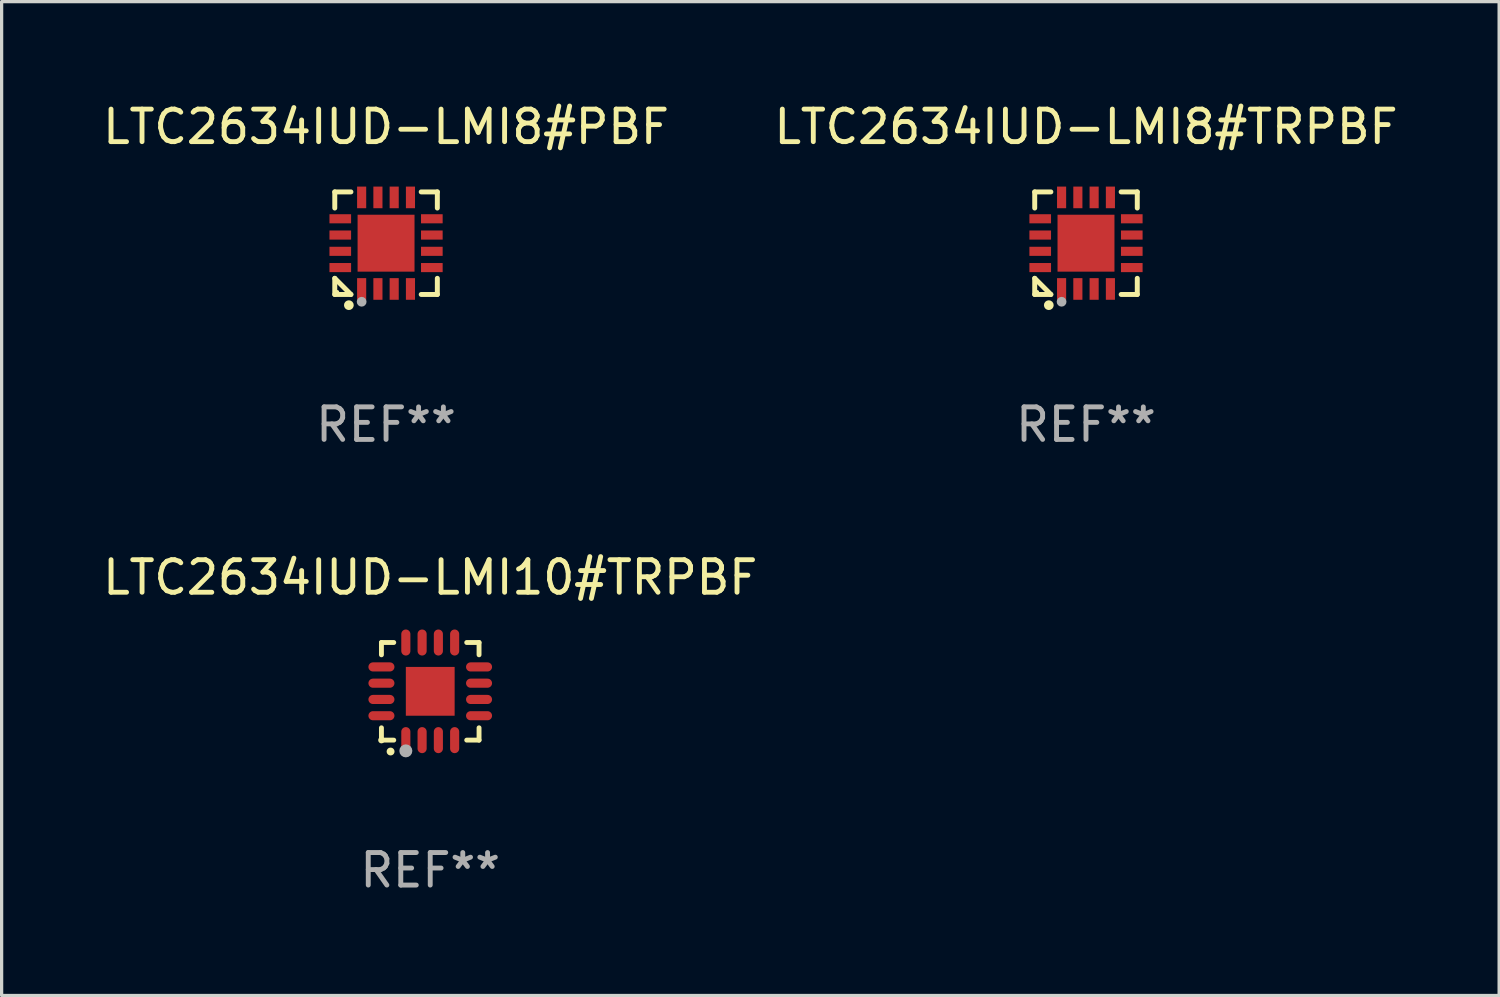
<source format=kicad_pcb>
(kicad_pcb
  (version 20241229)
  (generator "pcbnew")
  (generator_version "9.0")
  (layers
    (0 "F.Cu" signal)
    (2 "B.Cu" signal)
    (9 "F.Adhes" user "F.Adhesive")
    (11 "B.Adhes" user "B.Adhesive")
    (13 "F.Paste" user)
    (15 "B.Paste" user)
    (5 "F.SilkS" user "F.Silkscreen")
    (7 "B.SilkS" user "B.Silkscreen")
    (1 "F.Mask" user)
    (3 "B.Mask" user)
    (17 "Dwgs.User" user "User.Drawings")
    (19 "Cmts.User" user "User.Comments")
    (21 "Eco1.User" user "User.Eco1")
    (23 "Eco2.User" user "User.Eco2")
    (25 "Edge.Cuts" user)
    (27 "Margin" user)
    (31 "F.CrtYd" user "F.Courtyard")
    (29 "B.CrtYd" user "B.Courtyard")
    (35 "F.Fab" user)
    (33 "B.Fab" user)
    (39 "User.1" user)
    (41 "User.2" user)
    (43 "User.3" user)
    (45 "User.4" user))
  (footprint "LTC2634IUD-LMI8#TRPBF"
    (layer "F.Cu")
    (at 30.327 4.424)
    (property "Reference" "LTC2634IUD-LMI8#TRPBF" (at 0 -3.576 0) (layer "F.SilkS") (effects (font (size 1 1) (thickness 0.15))))
    (attr through_hole)
    (fp_line (start -1.576 -1.576) (end -1.08 -1.576) (stroke (width 0.152) (type solid)) (layer "F.SilkS"))
    (fp_line (start -1.576 -1.08) (end -1.576 -1.576) (stroke (width 0.152) (type solid)) (layer "F.SilkS"))
    (fp_line (start -1.576 1.08) (end -1.576 1.576) (stroke (width 0.152) (type solid)) (layer "F.SilkS"))
    (fp_line (start -1.576 1.576) (end -1.08 1.576) (stroke (width 0.152) (type solid)) (layer "F.SilkS"))
    (fp_line (start -1.08 1.576) (end -1.576 1.08) (stroke (width 0.152) (type solid)) (layer "F.SilkS"))
    (fp_line (start 1.576 -1.576) (end 1.08 -1.576) (stroke (width 0.152) (type solid)) (layer "F.SilkS"))
    (fp_line (start 1.576 -1.08) (end 1.576 -1.576) (stroke (width 0.152) (type solid)) (layer "F.SilkS"))
    (fp_line (start 1.576 1.08) (end 1.576 1.576) (stroke (width 0.152) (type solid)) (layer "F.SilkS"))
    (fp_line (start 1.576 1.576) (end 1.08 1.576) (stroke (width 0.152) (type solid)) (layer "F.SilkS"))
    (fp_circle (center -1.5 1.5) (end -1.47 1.5) (stroke (width 0.06) (type solid)) (fill no) (layer "F.SilkS"))
    (fp_circle (center -1.143 1.905) (end -1.068 1.905) (stroke (width 0.15) (type solid)) (fill no) (layer "F.SilkS"))
    (fp_circle (center -0.75 1.8) (end -0.675 1.8) (stroke (width 0.15) (type solid)) (fill no) (layer "F.Fab"))
    (fp_text user "REF**" (at 0 5.576 0) (layer "F.Fab") (effects (font (size 1 1) (thickness 0.15))))
    (pad "1" smd rect (at -0.75 1.407) (size 0.28 0.665) (layers "F.Cu" "F.Mask" "F.Paste"))
    (pad "2" smd rect (at -0.25 1.407) (size 0.28 0.665) (layers "F.Cu" "F.Mask" "F.Paste"))
    (pad "3" smd rect (at 0.25 1.407) (size 0.28 0.665) (layers "F.Cu" "F.Mask" "F.Paste"))
    (pad "4" smd rect (at 0.75 1.407) (size 0.28 0.665) (layers "F.Cu" "F.Mask" "F.Paste"))
    (pad "5" smd rect (at 1.407 0.75) (size 0.665 0.28) (layers "F.Cu" "F.Mask" "F.Paste"))
    (pad "6" smd rect (at 1.407 0.25) (size 0.665 0.28) (layers "F.Cu" "F.Mask" "F.Paste"))
    (pad "7" smd rect (at 1.407 -0.25) (size 0.665 0.28) (layers "F.Cu" "F.Mask" "F.Paste"))
    (pad "8" smd rect (at 1.407 -0.75) (size 0.665 0.28) (layers "F.Cu" "F.Mask" "F.Paste"))
    (pad "9" smd rect (at 0.75 -1.407) (size 0.28 0.665) (layers "F.Cu" "F.Mask" "F.Paste"))
    (pad "10" smd rect (at 0.25 -1.407) (size 0.28 0.665) (layers "F.Cu" "F.Mask" "F.Paste"))
    (pad "11" smd rect (at -0.25 -1.407) (size 0.28 0.665) (layers "F.Cu" "F.Mask" "F.Paste"))
    (pad "12" smd rect (at -0.75 -1.407) (size 0.28 0.665) (layers "F.Cu" "F.Mask" "F.Paste"))
    (pad "13" smd rect (at -1.407 -0.75) (size 0.665 0.28) (layers "F.Cu" "F.Mask" "F.Paste"))
    (pad "14" smd rect (at -1.407 -0.25) (size 0.665 0.28) (layers "F.Cu" "F.Mask" "F.Paste"))
    (pad "15" smd rect (at -1.407 0.25) (size 0.665 0.28) (layers "F.Cu" "F.Mask" "F.Paste"))
    (pad "16" smd rect (at -1.407 0.75) (size 0.665 0.28) (layers "F.Cu" "F.Mask" "F.Paste"))
    (pad "17" smd rect (at 0 0) (size 1.75 1.75) (layers "F.Cu" "F.Mask" "F.Paste")))
  (footprint "LTC2634IUD-LMI8#PBF"
    (layer "F.Cu")
    (at 8.815 4.424)
    (property "Reference" "LTC2634IUD-LMI8#PBF" (at 0 -3.576 0) (layer "F.SilkS") (effects (font (size 1 1) (thickness 0.15))))
    (attr through_hole)
    (fp_line (start -1.576 -1.576) (end -1.08 -1.576) (stroke (width 0.152) (type solid)) (layer "F.SilkS"))
    (fp_line (start -1.576 -1.08) (end -1.576 -1.576) (stroke (width 0.152) (type solid)) (layer "F.SilkS"))
    (fp_line (start -1.576 1.08) (end -1.576 1.576) (stroke (width 0.152) (type solid)) (layer "F.SilkS"))
    (fp_line (start -1.576 1.576) (end -1.08 1.576) (stroke (width 0.152) (type solid)) (layer "F.SilkS"))
    (fp_line (start -1.08 1.576) (end -1.576 1.08) (stroke (width 0.152) (type solid)) (layer "F.SilkS"))
    (fp_line (start 1.576 -1.576) (end 1.08 -1.576) (stroke (width 0.152) (type solid)) (layer "F.SilkS"))
    (fp_line (start 1.576 -1.08) (end 1.576 -1.576) (stroke (width 0.152) (type solid)) (layer "F.SilkS"))
    (fp_line (start 1.576 1.08) (end 1.576 1.576) (stroke (width 0.152) (type solid)) (layer "F.SilkS"))
    (fp_line (start 1.576 1.576) (end 1.08 1.576) (stroke (width 0.152) (type solid)) (layer "F.SilkS"))
    (fp_circle (center -1.5 1.5) (end -1.47 1.5) (stroke (width 0.06) (type solid)) (fill no) (layer "F.SilkS"))
    (fp_circle (center -1.143 1.905) (end -1.068 1.905) (stroke (width 0.15) (type solid)) (fill no) (layer "F.SilkS"))
    (fp_circle (center -0.75 1.8) (end -0.675 1.8) (stroke (width 0.15) (type solid)) (fill no) (layer "F.Fab"))
    (fp_text user "REF**" (at 0 5.576 0) (layer "F.Fab") (effects (font (size 1 1) (thickness 0.15))))
    (pad "1" smd rect (at -0.75 1.407) (size 0.28 0.665) (layers "F.Cu" "F.Mask" "F.Paste"))
    (pad "2" smd rect (at -0.25 1.407) (size 0.28 0.665) (layers "F.Cu" "F.Mask" "F.Paste"))
    (pad "3" smd rect (at 0.25 1.407) (size 0.28 0.665) (layers "F.Cu" "F.Mask" "F.Paste"))
    (pad "4" smd rect (at 0.75 1.407) (size 0.28 0.665) (layers "F.Cu" "F.Mask" "F.Paste"))
    (pad "5" smd rect (at 1.407 0.75) (size 0.665 0.28) (layers "F.Cu" "F.Mask" "F.Paste"))
    (pad "6" smd rect (at 1.407 0.25) (size 0.665 0.28) (layers "F.Cu" "F.Mask" "F.Paste"))
    (pad "7" smd rect (at 1.407 -0.25) (size 0.665 0.28) (layers "F.Cu" "F.Mask" "F.Paste"))
    (pad "8" smd rect (at 1.407 -0.75) (size 0.665 0.28) (layers "F.Cu" "F.Mask" "F.Paste"))
    (pad "9" smd rect (at 0.75 -1.407) (size 0.28 0.665) (layers "F.Cu" "F.Mask" "F.Paste"))
    (pad "10" smd rect (at 0.25 -1.407) (size 0.28 0.665) (layers "F.Cu" "F.Mask" "F.Paste"))
    (pad "11" smd rect (at -0.25 -1.407) (size 0.28 0.665) (layers "F.Cu" "F.Mask" "F.Paste"))
    (pad "12" smd rect (at -0.75 -1.407) (size 0.28 0.665) (layers "F.Cu" "F.Mask" "F.Paste"))
    (pad "13" smd rect (at -1.407 -0.75) (size 0.665 0.28) (layers "F.Cu" "F.Mask" "F.Paste"))
    (pad "14" smd rect (at -1.407 -0.25) (size 0.665 0.28) (layers "F.Cu" "F.Mask" "F.Paste"))
    (pad "15" smd rect (at -1.407 0.25) (size 0.665 0.28) (layers "F.Cu" "F.Mask" "F.Paste"))
    (pad "16" smd rect (at -1.407 0.75) (size 0.665 0.28) (layers "F.Cu" "F.Mask" "F.Paste"))
    (pad "17" smd rect (at 0 0) (size 1.75 1.75) (layers "F.Cu" "F.Mask" "F.Paste")))
  (footprint "LTC2634IUD-LMI10#TRPBF"
    (layer "F.Cu")
    (at 10.173 18.197)
    (property "Reference" "LTC2634IUD-LMI10#TRPBF" (at 0 -3.5 0) (layer "F.SilkS") (effects (font (size 1 1) (thickness 0.15))))
    (attr through_hole)
    (fp_line (start -1.5 -1.5) (end -1.121 -1.5) (stroke (width 0.15) (type solid)) (layer "F.SilkS"))
    (fp_line (start -1.5 -1.122) (end -1.5 -1.5) (stroke (width 0.15) (type solid)) (layer "F.SilkS"))
    (fp_line (start -1.5 1.5) (end -1.5 1.121) (stroke (width 0.15) (type solid)) (layer "F.SilkS"))
    (fp_line (start -1.121 1.5) (end -1.5 1.5) (stroke (width 0.15) (type solid)) (layer "F.SilkS"))
    (fp_line (start 1.121 -1.5) (end 1.5 -1.5) (stroke (width 0.15) (type solid)) (layer "F.SilkS"))
    (fp_line (start 1.5 -1.5) (end 1.5 -1.122) (stroke (width 0.15) (type solid)) (layer "F.SilkS"))
    (fp_line (start 1.5 1.121) (end 1.5 1.5) (stroke (width 0.15) (type solid)) (layer "F.SilkS"))
    (fp_line (start 1.5 1.5) (end 1.121 1.5) (stroke (width 0.15) (type solid)) (layer "F.SilkS"))
    (fp_arc (start -1.219926 1.850254) (mid -1.21891 1.85025) (end -1.217894 1.850254) (stroke (width 0.240005) (type solid)) (layer "F.SilkS"))
    (fp_circle (center -1.5 1.5) (end -1.45 1.5) (stroke (width 0.1) (type solid)) (fill no) (layer "F.SilkS"))
    (fp_circle (center -0.75 1.83) (end -0.65 1.83) (stroke (width 0.2) (type solid)) (fill no) (layer "F.Fab"))
    (fp_text user "REF**" (at 0 5.5 0) (layer "F.Fab") (effects (font (size 1 1) (thickness 0.15))))
    (pad "1" smd oval (at -0.75 1.5) (size 0.28 0.8) (layers "F.Cu" "F.Mask" "F.Paste"))
    (pad "2" smd oval (at -0.25 1.5) (size 0.28 0.8) (layers "F.Cu" "F.Mask" "F.Paste"))
    (pad "3" smd oval (at 0.25 1.5) (size 0.28 0.8) (layers "F.Cu" "F.Mask" "F.Paste"))
    (pad "4" smd oval (at 0.75 1.5) (size 0.28 0.8) (layers "F.Cu" "F.Mask" "F.Paste"))
    (pad "5" smd oval (at 1.5 0.75) (size 0.8 0.28) (layers "F.Cu" "F.Mask" "F.Paste"))
    (pad "6" smd oval (at 1.5 0.25) (size 0.8 0.28) (layers "F.Cu" "F.Mask" "F.Paste"))
    (pad "7" smd oval (at 1.5 -0.25) (size 0.8 0.28) (layers "F.Cu" "F.Mask" "F.Paste"))
    (pad "8" smd oval (at 1.5 -0.75) (size 0.8 0.28) (layers "F.Cu" "F.Mask" "F.Paste"))
    (pad "9" smd oval (at 0.75 -1.5) (size 0.28 0.8) (layers "F.Cu" "F.Mask" "F.Paste"))
    (pad "10" smd oval (at 0.25 -1.5) (size 0.28 0.8) (layers "F.Cu" "F.Mask" "F.Paste"))
    (pad "11" smd oval (at -0.25 -1.5) (size 0.28 0.8) (layers "F.Cu" "F.Mask" "F.Paste"))
    (pad "12" smd oval (at -0.75 -1.5) (size 0.28 0.8) (layers "F.Cu" "F.Mask" "F.Paste"))
    (pad "13" smd oval (at -1.5 -0.75) (size 0.8 0.28) (layers "F.Cu" "F.Mask" "F.Paste"))
    (pad "14" smd oval (at -1.5 -0.25) (size 0.8 0.28) (layers "F.Cu" "F.Mask" "F.Paste"))
    (pad "15" smd oval (at -1.5 0.25) (size 0.8 0.28) (layers "F.Cu" "F.Mask" "F.Paste"))
    (pad "16" smd oval (at -1.5 0.75) (size 0.8 0.28) (layers "F.Cu" "F.Mask" "F.Paste"))
    (pad "17" smd rect (at -0.000064 0.000165) (size 1.5 1.5) (layers "F.Cu" "F.Mask" "F.Paste")))
  (gr_rect
    (start -3 -3)
    (end 43.024 27.546)
    (stroke (width 0.1) (type default))
    (fill no)
    (layer "Edge.Cuts")))
</source>
